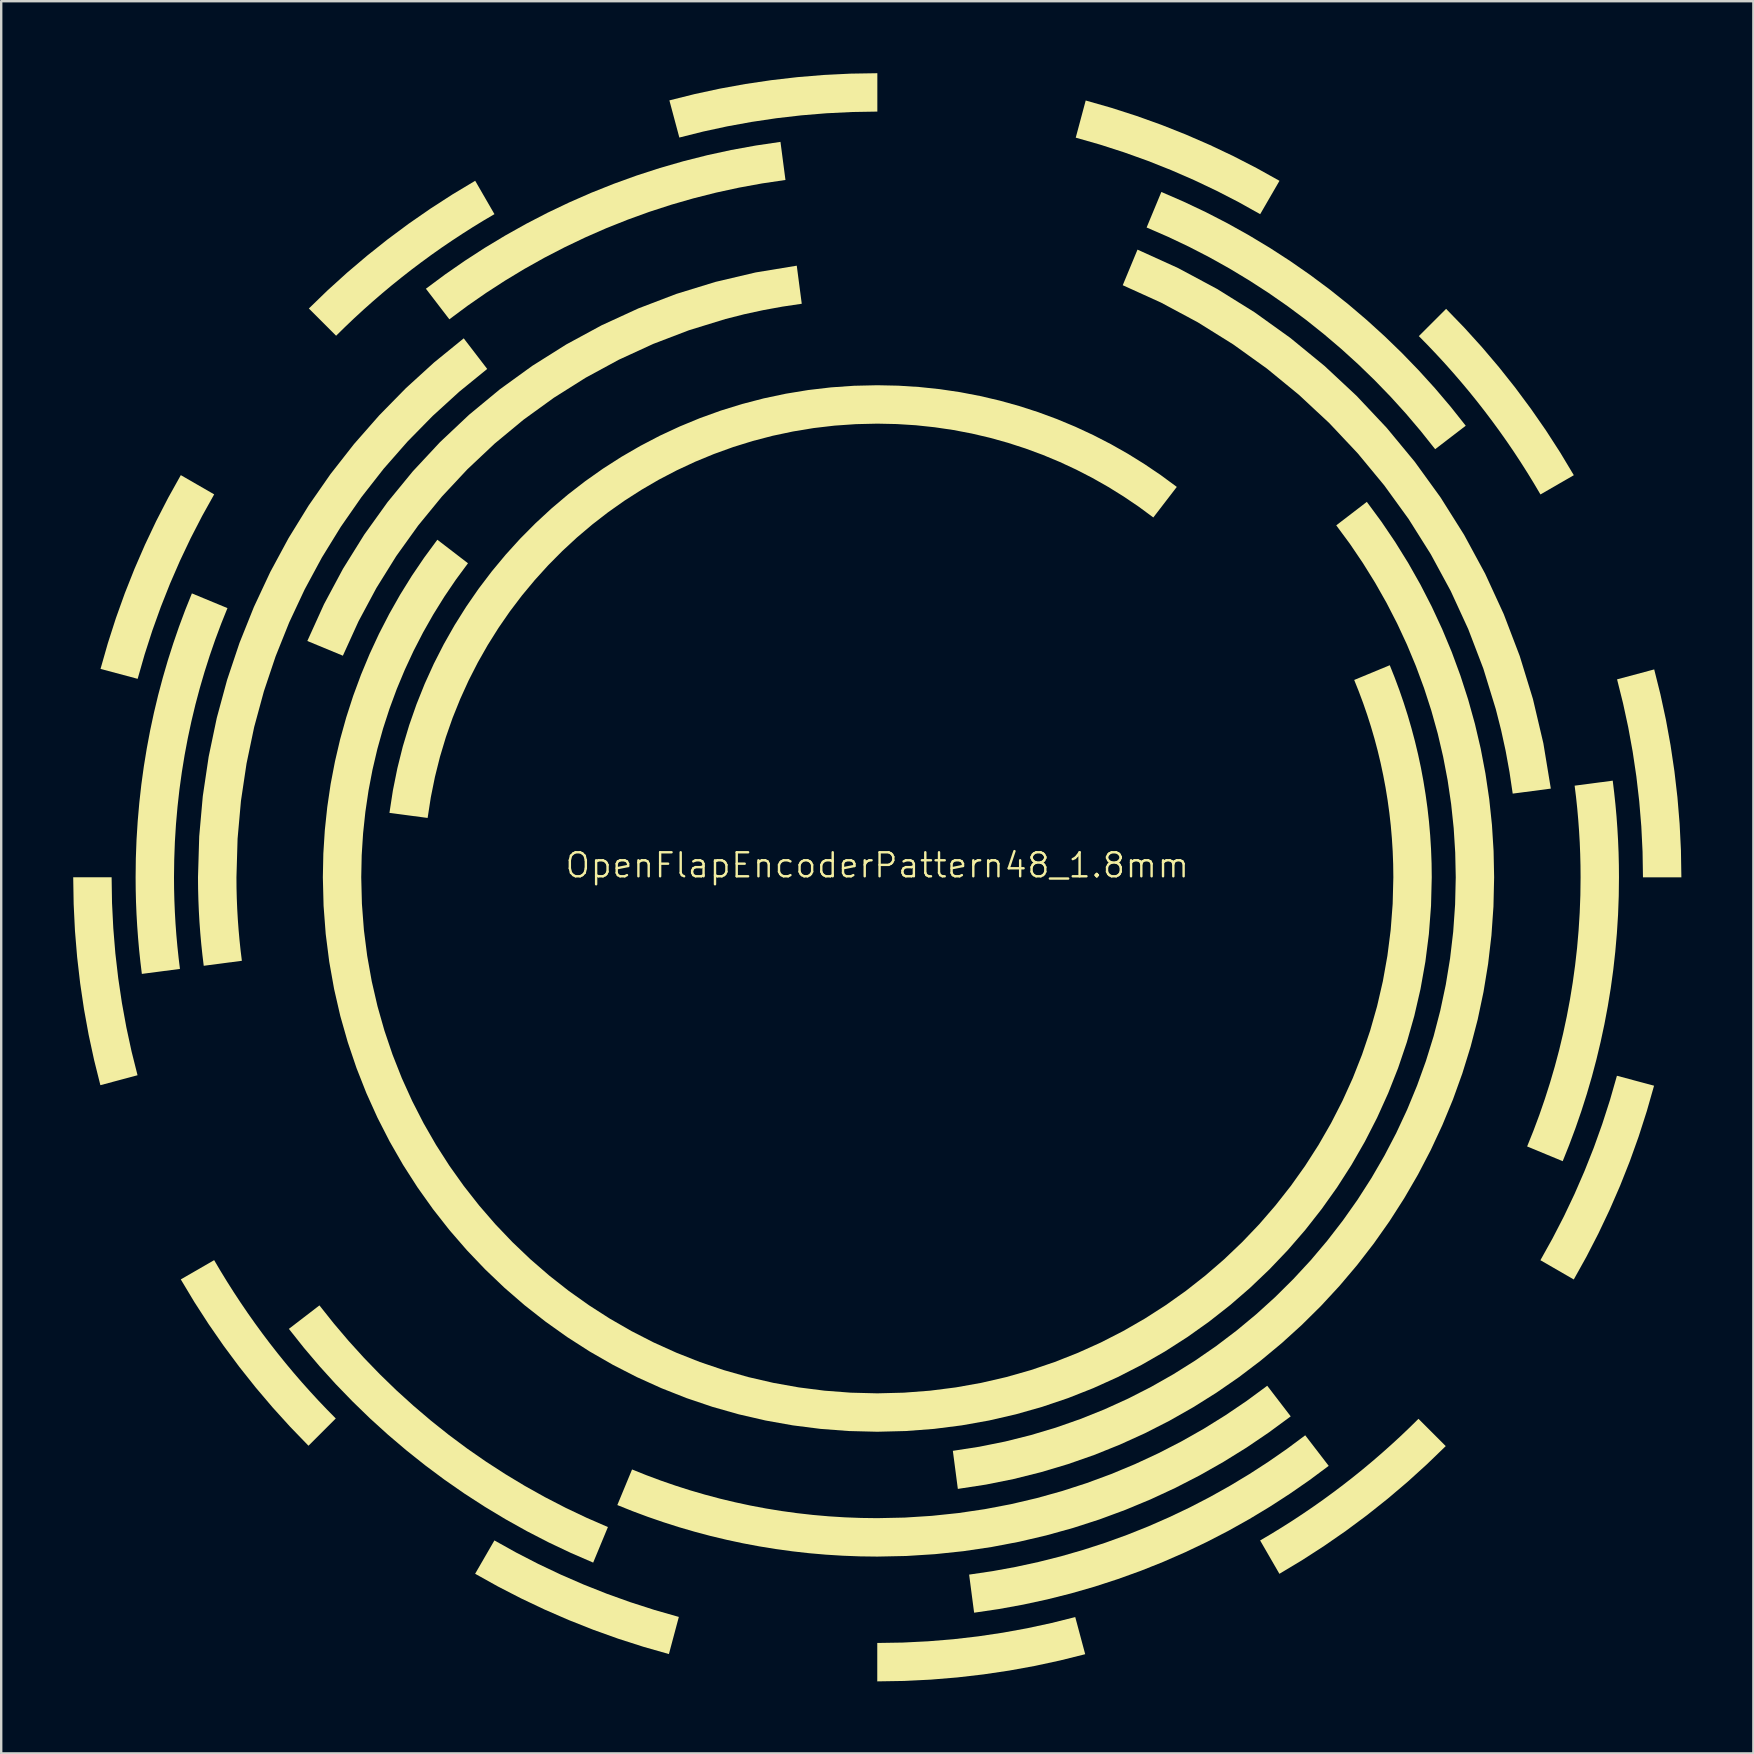
<source format=kicad_pcb>
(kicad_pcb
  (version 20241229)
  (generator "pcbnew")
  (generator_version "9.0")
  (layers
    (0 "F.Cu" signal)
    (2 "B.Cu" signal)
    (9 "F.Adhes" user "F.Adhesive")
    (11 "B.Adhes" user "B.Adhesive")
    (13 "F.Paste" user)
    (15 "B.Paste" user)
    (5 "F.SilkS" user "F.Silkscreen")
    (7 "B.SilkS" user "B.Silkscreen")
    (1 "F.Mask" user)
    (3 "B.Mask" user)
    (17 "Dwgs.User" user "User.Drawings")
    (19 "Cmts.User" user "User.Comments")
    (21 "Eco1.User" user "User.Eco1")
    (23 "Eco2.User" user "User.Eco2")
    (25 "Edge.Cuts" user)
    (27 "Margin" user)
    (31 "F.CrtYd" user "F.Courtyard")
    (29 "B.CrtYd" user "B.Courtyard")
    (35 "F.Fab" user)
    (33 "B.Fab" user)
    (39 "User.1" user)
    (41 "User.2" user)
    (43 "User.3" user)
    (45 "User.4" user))
  (footprint "OpenFlapEncoderPattern48_1.8mm"
    (layer "F.Cu")
    (at 33.5 33.5)
    (property "Reference" "OpenFlapEncoderPattern48_1.8mm" (at 0 -0.5 0) (unlocked yes) (layer "F.SilkS") (effects (font (size 1 1) (thickness 0.1))))
    (fp_poly (pts (xy -27.627 -15.953) (xy -28.13 -15.05) (xy -28.605 -14.129) (xy -29.05 -13.191) (xy -29.465 -12.237) (xy -29.849 -11.267) (xy -30.203 -10.282) (xy -30.525 -9.282) (xy -30.815 -8.268) (xy -32.362 -8.682) (xy -32.058 -9.748) (xy -31.721 -10.798) (xy -31.35 -11.833) (xy -30.946 -12.852) (xy -30.51 -13.855) (xy -30.043 -14.84) (xy -29.545 -15.807) (xy -29.017 -16.755)) (stroke (width -0.000001) (type solid)) (fill yes) (layer "F.SilkS"))
    (fp_poly (pts (xy -15.049 28.131) (xy -14.129 28.605) (xy -13.191 29.05) (xy -12.237 29.465) (xy -11.267 29.85) (xy -10.281 30.203) (xy -9.282 30.525) (xy -8.268 30.815) (xy -8.682 32.362) (xy -9.747 32.058) (xy -10.798 31.721) (xy -11.833 31.35) (xy -12.852 30.946) (xy -13.855 30.51) (xy -14.84 30.043) (xy -15.807 29.545) (xy -16.755 29.017) (xy -15.952 27.628)) (stroke (width -0.000001) (type solid)) (fill yes) (layer "F.SilkS"))
    (fp_poly (pts (xy 9.748 -32.059) (xy 10.798 -31.721) (xy 11.834 -31.35) (xy 12.853 -30.946) (xy 13.855 -30.51) (xy 14.84 -30.043) (xy 15.807 -29.545) (xy 16.756 -29.017) (xy 15.952 -27.627) (xy 15.05 -28.131) (xy 14.129 -28.605) (xy 13.191 -29.05) (xy 12.237 -29.465) (xy 11.267 -29.85) (xy 10.282 -30.203) (xy 9.282 -30.525) (xy 8.268 -30.815) (xy 8.683 -32.363)) (stroke (width -0.000001) (type solid)) (fill yes) (layer "F.SilkS"))
    (fp_poly (pts (xy 32.362 8.683) (xy 32.058 9.748) (xy 31.721 10.799) (xy 31.35 11.834) (xy 30.946 12.853) (xy 30.51 13.855) (xy 30.043 14.84) (xy 29.545 15.807) (xy 29.017 16.756) (xy 27.627 15.953) (xy 28.13 15.05) (xy 28.605 14.129) (xy 29.05 13.192) (xy 29.465 12.238) (xy 29.85 11.268) (xy 30.203 10.282) (xy 30.525 9.282) (xy 30.815 8.269)) (stroke (width -0.000001) (type solid)) (fill yes) (layer "F.SilkS"))
    (fp_poly (pts (xy -31.9 -0.001) (xy -31.9 -0.000154) (xy -31.883 1.065) (xy -31.83 2.122) (xy -31.744 3.169) (xy -31.624 4.206) (xy -31.471 5.234) (xy -31.286 6.25) (xy -31.069 7.255) (xy -30.82 8.247) (xy -32.368 8.661) (xy -32.628 7.619) (xy -32.856 6.564) (xy -33.05 5.497) (xy -33.21 4.418) (xy -33.336 3.328) (xy -33.427 2.229) (xy -33.481 1.119) (xy -33.5 -0.000154) (xy -33.5 -0.001)) (stroke (width -0.000001) (type solid)) (fill yes) (layer "F.SilkS"))
    (fp_poly (pts (xy 0.002 -31.901) (xy -0.000041 -31.901) (xy -1.065 -31.883) (xy -2.122 -31.831) (xy -3.169 -31.744) (xy -4.206 -31.624) (xy -5.233 -31.471) (xy -6.25 -31.286) (xy -7.254 -31.069) (xy -8.247 -30.82) (xy -8.662 -32.368) (xy -7.619 -32.628) (xy -6.564 -32.856) (xy -5.497 -33.05) (xy -4.418 -33.21) (xy -3.329 -33.336) (xy -2.229 -33.427) (xy -1.119 -33.482) (xy -0.000041 -33.5) (xy 0.002 -33.5)) (stroke (width -0.000001) (type solid)) (fill yes) (layer "F.SilkS"))
    (fp_poly (pts (xy 8.662 32.368) (xy 7.619 32.628) (xy 6.564 32.856) (xy 5.497 33.05) (xy 4.418 33.21) (xy 3.329 33.336) (xy 2.229 33.427) (xy 1.119 33.482) (xy -0.000041 33.5) (xy -0.001 33.5) (xy -0.001 31.9) (xy -0.000041 31.9) (xy 1.065 31.883) (xy 2.122 31.83) (xy 3.169 31.744) (xy 4.206 31.624) (xy 5.233 31.471) (xy 6.249 31.286) (xy 7.254 31.069) (xy 8.247 30.821)) (stroke (width -0.000001) (type solid)) (fill yes) (layer "F.SilkS"))
    (fp_poly (pts (xy 32.628 -7.619) (xy 32.856 -6.564) (xy 33.05 -5.496) (xy 33.21 -4.418) (xy 33.336 -3.329) (xy 33.427 -2.229) (xy 33.482 -1.119) (xy 33.5 -0.000154) (xy 33.5 0.002) (xy 31.9 0.001) (xy 31.9 -0.000154) (xy 31.883 -1.065) (xy 31.831 -2.122) (xy 31.744 -3.169) (xy 31.624 -4.207) (xy 31.471 -5.234) (xy 31.286 -6.25) (xy 31.069 -7.254) (xy 30.821 -8.247) (xy 32.368 -8.661)) (stroke (width -0.000001) (type solid)) (fill yes) (layer "F.SilkS"))
    (fp_poly (pts (xy -27.362 16.402) (xy -27.089 16.848) (xy -26.809 17.289) (xy -26.522 17.725) (xy -26.228 18.157) (xy -25.927 18.583) (xy -25.62 19.004) (xy -25.306 19.42) (xy -24.985 19.83) (xy -24.658 20.235) (xy -24.324 20.635) (xy -23.984 21.029) (xy -23.637 21.417) (xy -23.285 21.8) (xy -22.926 22.176) (xy -22.561 22.547) (xy -23.698 23.683) (xy -24.458 22.897) (xy -25.192 22.087) (xy -25.899 21.254) (xy -26.58 20.397) (xy -27.233 19.518) (xy -27.857 18.617) (xy -28.453 17.695) (xy -29.018 16.753) (xy -27.628 15.951)) (stroke (width -0.000001) (type solid)) (fill yes) (layer "F.SilkS"))
    (fp_poly (pts (xy -15.95 -27.628) (xy -16.401 -27.363) (xy -16.847 -27.09) (xy -17.288 -26.809) (xy -17.724 -26.522) (xy -18.156 -26.229) (xy -18.582 -25.928) (xy -19.003 -25.62) (xy -19.419 -25.306) (xy -19.829 -24.985) (xy -20.235 -24.658) (xy -20.634 -24.324) (xy -21.028 -23.984) (xy -21.417 -23.638) (xy -21.799 -23.286) (xy -22.176 -22.927) (xy -22.547 -22.562) (xy -23.682 -23.698) (xy -22.897 -24.458) (xy -22.087 -25.192) (xy -21.253 -25.899) (xy -20.397 -26.58) (xy -19.518 -27.233) (xy -18.617 -27.857) (xy -17.695 -28.453) (xy -16.753 -29.019)) (stroke (width -0.000001) (type solid)) (fill yes) (layer "F.SilkS"))
    (fp_poly (pts (xy 23.683 23.698) (xy 22.897 24.457) (xy 22.087 25.192) (xy 21.254 25.899) (xy 20.397 26.58) (xy 19.518 27.233) (xy 18.617 27.857) (xy 17.695 28.453) (xy 16.753 29.019) (xy 15.95 27.629) (xy 16.401 27.363) (xy 16.847 27.09) (xy 17.288 26.81) (xy 17.725 26.522) (xy 18.156 26.228) (xy 18.582 25.928) (xy 19.003 25.62) (xy 19.419 25.306) (xy 19.83 24.985) (xy 20.235 24.658) (xy 20.634 24.324) (xy 21.028 23.984) (xy 21.417 23.637) (xy 21.8 23.285) (xy 22.176 22.926) (xy 22.547 22.561)) (stroke (width -0.000001) (type solid)) (fill yes) (layer "F.SilkS"))
    (fp_poly (pts (xy 24.458 -22.897) (xy 25.192 -22.087) (xy 25.9 -21.253) (xy 26.58 -20.397) (xy 27.233 -19.517) (xy 27.858 -18.617) (xy 28.453 -17.695) (xy 29.019 -16.752) (xy 27.629 -15.95) (xy 27.363 -16.401) (xy 27.09 -16.847) (xy 26.81 -17.288) (xy 26.523 -17.725) (xy 26.229 -18.156) (xy 25.928 -18.582) (xy 25.62 -19.003) (xy 25.306 -19.419) (xy 24.985 -19.83) (xy 24.658 -20.235) (xy 24.324 -20.634) (xy 23.984 -21.028) (xy 23.638 -21.417) (xy 23.285 -21.799) (xy 22.927 -22.176) (xy 22.562 -22.547) (xy 23.698 -23.682)) (stroke (width -0.000001) (type solid)) (fill yes) (layer "F.SilkS"))
    (fp_poly (pts (xy -22.647 18.584) (xy -22.029 19.312) (xy -21.388 20.019) (xy -20.725 20.705) (xy -20.039 21.37) (xy -19.332 22.011) (xy -18.605 22.63) (xy -17.858 23.226) (xy -17.091 23.797) (xy -16.305 24.343) (xy -15.5 24.864) (xy -14.678 25.36) (xy -13.839 25.828) (xy -12.983 26.27) (xy -12.111 26.684) (xy -11.223 27.071) (xy -11.837 28.552) (xy -12.774 28.145) (xy -13.694 27.709) (xy -14.597 27.243) (xy -15.483 26.748) (xy -16.35 26.226) (xy -17.199 25.677) (xy -18.028 25.101) (xy -18.837 24.498) (xy -19.625 23.87) (xy -20.392 23.218) (xy -21.138 22.541) (xy -21.86 21.84) (xy -22.56 21.117) (xy -23.236 20.371) (xy -23.888 19.603) (xy -24.515 18.814) (xy -23.242 17.836)) (stroke (width -0.000001) (type solid)) (fill yes) (layer "F.SilkS"))
    (fp_poly (pts (xy -3.826 -29.052) (xy -4.8 -28.908) (xy -5.764 -28.732) (xy -6.717 -28.525) (xy -7.658 -28.287) (xy -8.586 -28.02) (xy -9.502 -27.723) (xy -10.404 -27.396) (xy -11.292 -27.042) (xy -12.166 -26.659) (xy -13.025 -26.249) (xy -13.868 -25.813) (xy -14.695 -25.35) (xy -15.505 -24.861) (xy -16.297 -24.348) (xy -17.072 -23.81) (xy -17.829 -23.247) (xy -18.806 -24.521) (xy -18.008 -25.114) (xy -17.191 -25.681) (xy -16.355 -26.223) (xy -15.501 -26.737) (xy -14.629 -27.225) (xy -13.739 -27.686) (xy -12.834 -28.117) (xy -11.912 -28.521) (xy -10.975 -28.894) (xy -10.023 -29.238) (xy -9.057 -29.551) (xy -8.078 -29.833) (xy -7.085 -30.084) (xy -6.08 -30.302) (xy -5.063 -30.487) (xy -4.034 -30.639)) (stroke (width -0.000001) (type solid)) (fill yes) (layer "F.SilkS"))
    (fp_poly (pts (xy 12.772 -28.145) (xy 13.692 -27.709) (xy 14.596 -27.243) (xy 15.481 -26.749) (xy 16.349 -26.227) (xy 17.198 -25.677) (xy 18.027 -25.101) (xy 18.836 -24.499) (xy 19.625 -23.871) (xy 20.392 -23.218) (xy 21.137 -22.541) (xy 21.86 -21.841) (xy 22.56 -21.117) (xy 23.237 -20.371) (xy 23.889 -19.603) (xy 24.516 -18.813) (xy 23.242 -17.836) (xy 22.647 -18.584) (xy 22.029 -19.313) (xy 21.388 -20.02) (xy 20.724 -20.706) (xy 20.039 -21.37) (xy 19.332 -22.012) (xy 18.605 -22.631) (xy 17.857 -23.227) (xy 17.09 -23.798) (xy 16.304 -24.344) (xy 15.499 -24.865) (xy 14.677 -25.361) (xy 13.838 -25.83) (xy 12.982 -26.272) (xy 12.109 -26.686) (xy 11.221 -27.072) (xy 11.835 -28.552)) (stroke (width -0.000001) (type solid)) (fill yes) (layer "F.SilkS"))
    (fp_poly (pts (xy 18.807 24.521) (xy 18.009 25.114) (xy 17.191 25.681) (xy 16.355 26.223) (xy 15.501 26.738) (xy 14.629 27.226) (xy 13.74 27.686) (xy 12.834 28.118) (xy 11.912 28.521) (xy 10.975 28.895) (xy 10.024 29.238) (xy 9.058 29.552) (xy 8.078 29.834) (xy 7.085 30.084) (xy 6.08 30.302) (xy 5.063 30.487) (xy 4.034 30.639) (xy 3.826 29.052) (xy 4.8 28.908) (xy 5.764 28.732) (xy 6.717 28.525) (xy 7.658 28.288) (xy 8.586 28.02) (xy 9.502 27.723) (xy 10.404 27.397) (xy 11.293 27.042) (xy 12.166 26.659) (xy 13.025 26.25) (xy 13.868 25.813) (xy 14.695 25.35) (xy 15.505 24.862) (xy 16.298 24.348) (xy 17.073 23.81) (xy 17.829 23.248)) (stroke (width -0.000001) (type solid)) (fill yes) (layer "F.SilkS"))
    (fp_poly (pts (xy -3.147 -23.895) (xy -3.954 -23.775) (xy -4.753 -23.629) (xy -5.542 -23.458) (xy -6.322 -23.26) (xy -7.849 -22.79) (xy -9.332 -22.223) (xy -10.766 -21.564) (xy -12.147 -20.815) (xy -13.473 -19.98) (xy -14.739 -19.064) (xy -15.941 -18.069) (xy -17.076 -17) (xy -18.14 -15.861) (xy -19.129 -14.654) (xy -20.04 -13.384) (xy -20.868 -12.054) (xy -21.611 -10.669) (xy -22.265 -9.232) (xy -23.746 -9.845) (xy -23.05 -11.379) (xy -22.258 -12.857) (xy -21.375 -14.275) (xy -20.404 -15.629) (xy -19.349 -16.916) (xy -18.215 -18.132) (xy -17.005 -19.272) (xy -15.723 -20.332) (xy -14.373 -21.309) (xy -12.959 -22.199) (xy -11.486 -22.997) (xy -9.956 -23.7) (xy -8.374 -24.304) (xy -6.744 -24.805) (xy -5.07 -25.199) (xy -3.355 -25.481)) (stroke (width -0.000001) (type solid)) (fill yes) (layer "F.SilkS"))
    (fp_poly (pts (xy 12.53 -25.383) (xy 14.158 -24.511) (xy 15.719 -23.539) (xy 17.211 -22.469) (xy 18.628 -21.308) (xy 19.967 -20.059) (xy 21.222 -18.726) (xy 22.39 -17.314) (xy 23.466 -15.828) (xy 24.446 -14.271) (xy 25.325 -12.648) (xy 26.1 -10.963) (xy 26.765 -9.221) (xy 27.316 -7.427) (xy 27.75 -5.583) (xy 28.061 -3.695) (xy 26.473 -3.486) (xy 26.34 -4.381) (xy 26.179 -5.266) (xy 25.988 -6.14) (xy 25.769 -7.004) (xy 25.249 -8.696) (xy 24.621 -10.339) (xy 23.89 -11.928) (xy 23.06 -13.459) (xy 22.136 -14.927) (xy 21.12 -16.329) (xy 20.018 -17.661) (xy 18.834 -18.919) (xy 17.571 -20.097) (xy 16.234 -21.193) (xy 14.827 -22.202) (xy 13.354 -23.121) (xy 11.819 -23.944) (xy 10.226 -24.667) (xy 10.841 -26.15)) (stroke (width -0.000001) (type solid)) (fill yes) (layer "F.SilkS"))
    (fp_poly (pts (xy -27.074 -11.214) (xy -27.336 -10.562) (xy -27.582 -9.903) (xy -27.812 -9.237) (xy -28.027 -8.563) (xy -28.226 -7.882) (xy -28.409 -7.195) (xy -28.575 -6.501) (xy -28.725 -5.801) (xy -28.858 -5.095) (xy -28.974 -4.383) (xy -29.073 -3.665) (xy -29.154 -2.942) (xy -29.218 -2.214) (xy -29.264 -1.481) (xy -29.291 -0.743) (xy -29.301 -0.000154) (xy -29.297 0.484) (xy -29.285 0.966) (xy -29.265 1.447) (xy -29.238 1.925) (xy -29.203 2.401) (xy -29.16 2.875) (xy -29.11 3.347) (xy -29.053 3.817) (xy -30.64 4.025) (xy -30.7 3.53) (xy -30.753 3.032) (xy -30.797 2.532) (xy -30.834 2.03) (xy -30.863 1.526) (xy -30.884 1.019) (xy -30.896 0.511) (xy -30.9 -0.000154) (xy -30.891 -0.784) (xy -30.862 -1.562) (xy -30.813 -2.336) (xy -30.746 -3.104) (xy -30.661 -3.866) (xy -30.557 -4.623) (xy -30.434 -5.374) (xy -30.294 -6.119) (xy -30.136 -6.858) (xy -29.961 -7.589) (xy -29.768 -8.314) (xy -29.559 -9.032) (xy -29.332 -9.743) (xy -29.09 -10.446) (xy -28.831 -11.141) (xy -28.555 -11.828)) (stroke (width -0.000001) (type solid)) (fill yes) (layer "F.SilkS"))
    (fp_poly (pts (xy -16.252 -21.179) (xy -17.416 -20.231) (xy -18.524 -19.221) (xy -19.574 -18.151) (xy -20.564 -17.023) (xy -21.489 -15.841) (xy -22.348 -14.607) (xy -23.139 -13.323) (xy -23.857 -11.993) (xy -24.501 -10.619) (xy -25.068 -9.204) (xy -25.555 -7.751) (xy -25.96 -6.262) (xy -26.279 -4.739) (xy -26.511 -3.186) (xy -26.652 -1.606) (xy -26.699 -0.000154) (xy -26.696 0.441) (xy -26.685 0.88) (xy -26.667 1.318) (xy -26.642 1.754) (xy -26.61 2.188) (xy -26.571 2.62) (xy -26.526 3.05) (xy -26.473 3.478) (xy -28.062 3.687) (xy -28.117 3.233) (xy -28.165 2.777) (xy -28.206 2.32) (xy -28.24 1.859) (xy -28.266 1.397) (xy -28.285 0.933) (xy -28.297 0.468) (xy -28.301 -0.000154) (xy -28.25 -1.703) (xy -28.101 -3.38) (xy -27.856 -5.027) (xy -27.518 -6.641) (xy -27.089 -8.221) (xy -26.573 -9.762) (xy -25.972 -11.262) (xy -25.29 -12.719) (xy -24.529 -14.129) (xy -23.691 -15.489) (xy -22.781 -16.797) (xy -21.8 -18.05) (xy -20.751 -19.245) (xy -19.639 -20.379) (xy -18.464 -21.45) (xy -17.23 -22.454)) (stroke (width -0.000001) (type solid)) (fill yes) (layer "F.SilkS"))
    (fp_poly (pts (xy 30.7 -3.53) (xy 30.753 -3.033) (xy 30.798 -2.533) (xy 30.834 -2.031) (xy 30.863 -1.526) (xy 30.884 -1.02) (xy 30.896 -0.511) (xy 30.9 -0.000154) (xy 30.891 0.783) (xy 30.862 1.562) (xy 30.813 2.335) (xy 30.746 3.103) (xy 30.661 3.866) (xy 30.557 4.623) (xy 30.434 5.374) (xy 30.294 6.119) (xy 30.136 6.857) (xy 29.961 7.589) (xy 29.769 8.314) (xy 29.559 9.032) (xy 29.333 9.742) (xy 29.09 10.445) (xy 28.831 11.14) (xy 28.556 11.828) (xy 27.074 11.214) (xy 27.336 10.562) (xy 27.582 9.903) (xy 27.812 9.237) (xy 28.027 8.563) (xy 28.226 7.882) (xy 28.409 7.195) (xy 28.575 6.501) (xy 28.725 5.801) (xy 28.858 5.095) (xy 28.974 4.383) (xy 29.073 3.665) (xy 29.155 2.942) (xy 29.218 2.214) (xy 29.264 1.48) (xy 29.292 0.742) (xy 29.301 -0.000154) (xy 29.297 -0.484) (xy 29.285 -0.967) (xy 29.266 -1.447) (xy 29.238 -1.925) (xy 29.203 -2.401) (xy 29.161 -2.875) (xy 29.111 -3.347) (xy 29.053 -3.817) (xy 30.64 -4.026)) (stroke (width -0.000001) (type solid)) (fill yes) (layer "F.SilkS"))
    (fp_poly (pts (xy 17.224 22.459) (xy 16.315 23.128) (xy 15.38 23.762) (xy 14.418 24.358) (xy 13.432 24.917) (xy 12.421 25.437) (xy 11.387 25.917) (xy 10.331 26.356) (xy 9.254 26.754) (xy 8.157 27.108) (xy 7.041 27.418) (xy 5.906 27.684) (xy 4.755 27.903) (xy 3.588 28.076) (xy 2.406 28.2) (xy 1.209 28.276) (xy -0.000041 28.301) (xy -0.717 28.292) (xy -1.43 28.265) (xy -2.139 28.221) (xy -2.842 28.16) (xy -3.541 28.081) (xy -4.234 27.986) (xy -4.922 27.874) (xy -5.604 27.746) (xy -6.28 27.601) (xy -6.95 27.441) (xy -7.614 27.264) (xy -8.271 27.073) (xy -8.922 26.865) (xy -9.566 26.643) (xy -10.202 26.406) (xy -10.831 26.154) (xy -10.217 24.671) (xy -9.623 24.909) (xy -9.023 25.133) (xy -8.415 25.343) (xy -7.802 25.539) (xy -7.181 25.72) (xy -6.555 25.887) (xy -5.923 26.038) (xy -5.285 26.175) (xy -4.642 26.296) (xy -3.993 26.402) (xy -3.339 26.492) (xy -2.68 26.566) (xy -2.017 26.624) (xy -1.349 26.666) (xy -0.677 26.691) (xy -0.000041 26.7) (xy 1.14 26.676) (xy 2.268 26.604) (xy 3.383 26.487) (xy 4.484 26.324) (xy 5.57 26.117) (xy 6.639 25.866) (xy 7.692 25.573) (xy 8.727 25.238) (xy 9.743 24.863) (xy 10.739 24.448) (xy 11.714 23.995) (xy 12.668 23.504) (xy 13.599 22.977) (xy 14.506 22.413) (xy 15.389 21.815) (xy 16.246 21.184)) (stroke (width -0.000001) (type solid)) (fill yes) (layer "F.SilkS"))
    (fp_poly (pts (xy 0.876 -20.482) (xy 1.743 -20.427) (xy 2.6 -20.337) (xy 3.446 -20.212) (xy 4.28 -20.052) (xy 5.101 -19.86) (xy 5.91 -19.635) (xy 6.705 -19.378) (xy 7.485 -19.09) (xy 8.25 -18.771) (xy 8.999 -18.423) (xy 9.731 -18.046) (xy 10.446 -17.641) (xy 11.142 -17.208) (xy 11.82 -16.749) (xy 12.478 -16.264) (xy 11.5 -14.991) (xy 10.893 -15.439) (xy 10.268 -15.862) (xy 9.626 -16.261) (xy 8.967 -16.635) (xy 8.292 -16.983) (xy 7.602 -17.304) (xy 6.897 -17.598) (xy 6.177 -17.864) (xy 5.445 -18.101) (xy 4.7 -18.309) (xy 3.943 -18.487) (xy 3.174 -18.634) (xy 2.395 -18.749) (xy 1.606 -18.833) (xy 0.807 -18.883) (xy -0.000041 -18.9) (xy -0.894 -18.879) (xy -1.778 -18.818) (xy -2.65 -18.716) (xy -3.51 -18.574) (xy -4.356 -18.395) (xy -5.187 -18.178) (xy -6.004 -17.925) (xy -6.804 -17.636) (xy -7.587 -17.313) (xy -8.352 -16.956) (xy -9.098 -16.567) (xy -9.823 -16.145) (xy -10.529 -15.693) (xy -11.212 -15.211) (xy -11.872 -14.7) (xy -12.509 -14.161) (xy -13.122 -13.594) (xy -13.709 -13.002) (xy -14.269 -12.384) (xy -14.803 -11.742) (xy -15.308 -11.076) (xy -15.783 -10.388) (xy -16.229 -9.678) (xy -16.644 -8.948) (xy -17.027 -8.198) (xy -17.376 -7.429) (xy -17.693 -6.642) (xy -17.974 -5.839) (xy -18.22 -5.019) (xy -18.429 -4.184) (xy -18.601 -3.335) (xy -18.734 -2.473) (xy -20.325 -2.683) (xy -20.181 -3.619) (xy -19.995 -4.541) (xy -19.769 -5.447) (xy -19.502 -6.337) (xy -19.197 -7.209) (xy -18.855 -8.062) (xy -18.476 -8.897) (xy -18.061 -9.71) (xy -17.611 -10.503) (xy -17.128 -11.272) (xy -16.612 -12.019) (xy -16.064 -12.741) (xy -15.486 -13.437) (xy -14.878 -14.107) (xy -14.241 -14.749) (xy -13.577 -15.363) (xy -12.886 -15.948) (xy -12.169 -16.502) (xy -11.428 -17.025) (xy -10.663 -17.515) (xy -9.875 -17.971) (xy -9.066 -18.394) (xy -8.236 -18.78) (xy -7.386 -19.131) (xy -6.518 -19.444) (xy -5.632 -19.718) (xy -4.729 -19.953) (xy -3.811 -20.147) (xy -2.878 -20.3) (xy -1.931 -20.411) (xy -0.971 -20.478) (xy -0.000041 -20.5)) (stroke (width -0.000001) (type solid)) (fill yes) (layer "F.SilkS"))
    (fp_poly (pts (xy 21.003 -14.816) (xy 21.578 -13.966) (xy 22.12 -13.093) (xy 22.627 -12.197) (xy 23.099 -11.279) (xy 23.535 -10.34) (xy 23.934 -9.382) (xy 24.294 -8.404) (xy 24.616 -7.407) (xy 24.898 -6.394) (xy 25.139 -5.364) (xy 25.338 -4.318) (xy 25.495 -3.258) (xy 25.608 -2.185) (xy 25.676 -1.098) (xy 25.699 -0.000154) (xy 25.671 1.218) (xy 25.587 2.421) (xy 25.448 3.608) (xy 25.256 4.778) (xy 25.013 5.929) (xy 24.718 7.061) (xy 24.374 8.172) (xy 23.982 9.261) (xy 23.542 10.326) (xy 23.057 11.367) (xy 22.528 12.382) (xy 21.955 13.369) (xy 21.34 14.329) (xy 20.685 15.258) (xy 19.99 16.157) (xy 19.257 17.023) (xy 18.487 17.856) (xy 17.681 18.654) (xy 16.841 19.416) (xy 15.968 20.141) (xy 15.063 20.828) (xy 14.127 21.474) (xy 13.161 22.08) (xy 12.168 22.644) (xy 11.147 23.164) (xy 10.101 23.639) (xy 9.031 24.069) (xy 7.937 24.451) (xy 6.821 24.784) (xy 5.685 25.068) (xy 4.53 25.301) (xy 3.356 25.481) (xy 3.148 23.895) (xy 4.247 23.725) (xy 5.33 23.507) (xy 6.395 23.24) (xy 7.441 22.927) (xy 8.466 22.568) (xy 9.47 22.165) (xy 10.45 21.719) (xy 11.407 21.231) (xy 12.339 20.702) (xy 13.244 20.134) (xy 14.122 19.527) (xy 14.971 18.883) (xy 15.79 18.203) (xy 16.578 17.488) (xy 17.333 16.739) (xy 18.056 15.958) (xy 18.743 15.145) (xy 19.395 14.302) (xy 20.01 13.431) (xy 20.587 12.531) (xy 21.124 11.605) (xy 21.621 10.654) (xy 22.076 9.678) (xy 22.488 8.679) (xy 22.856 7.658) (xy 23.179 6.617) (xy 23.455 5.556) (xy 23.684 4.477) (xy 23.864 3.38) (xy 23.994 2.268) (xy 24.073 1.141) (xy 24.1 -0.000154) (xy 24.078 -1.029) (xy 24.014 -2.047) (xy 23.908 -3.054) (xy 23.761 -4.047) (xy 23.574 -5.027) (xy 23.348 -5.993) (xy 23.083 -6.943) (xy 22.781 -7.877) (xy 22.442 -8.794) (xy 22.068 -9.693) (xy 21.659 -10.573) (xy 21.216 -11.434) (xy 20.74 -12.274) (xy 20.231 -13.093) (xy 19.692 -13.89) (xy 19.121 -14.663) (xy 20.395 -15.641)) (stroke (width -0.000001) (type solid)) (fill yes) (layer "F.SilkS"))
    (fp_poly (pts (xy -17.053 -13.083) (xy -17.562 -12.393) (xy -18.044 -11.682) (xy -18.498 -10.951) (xy -18.923 -10.202) (xy -19.319 -9.434) (xy -19.684 -8.648) (xy -20.019 -7.846) (xy -20.321 -7.028) (xy -20.591 -6.195) (xy -20.828 -5.347) (xy -21.03 -4.486) (xy -21.197 -3.611) (xy -21.328 -2.725) (xy -21.423 -1.827) (xy -21.481 -0.918) (xy -21.5 -0.000154) (xy -21.472 1.106) (xy -21.389 2.197) (xy -21.252 3.273) (xy -21.063 4.331) (xy -20.823 5.371) (xy -20.533 6.391) (xy -20.195 7.39) (xy -19.81 8.366) (xy -19.379 9.318) (xy -18.904 10.245) (xy -18.386 11.146) (xy -17.827 12.018) (xy -17.227 12.861) (xy -16.589 13.673) (xy -15.913 14.454) (xy -15.201 15.2) (xy -14.454 15.912) (xy -13.674 16.588) (xy -12.861 17.227) (xy -12.018 17.826) (xy -11.146 18.386) (xy -10.246 18.904) (xy -9.319 19.379) (xy -8.366 19.809) (xy -7.39 20.195) (xy -6.391 20.533) (xy -5.371 20.823) (xy -4.331 21.063) (xy -3.273 21.252) (xy -2.197 21.389) (xy -1.106 21.472) (xy -0.000041 21.5) (xy 1.106 21.472) (xy 2.197 21.389) (xy 3.273 21.252) (xy 4.331 21.063) (xy 5.371 20.823) (xy 6.391 20.533) (xy 7.39 20.195) (xy 8.366 19.809) (xy 9.319 19.379) (xy 10.246 18.904) (xy 11.146 18.386) (xy 12.018 17.826) (xy 12.861 17.227) (xy 13.673 16.588) (xy 14.454 15.912) (xy 15.201 15.2) (xy 15.913 14.454) (xy 16.588 13.673) (xy 17.227 12.861) (xy 17.827 12.018) (xy 18.386 11.146) (xy 18.904 10.245) (xy 19.379 9.318) (xy 19.81 8.366) (xy 20.195 7.39) (xy 20.533 6.391) (xy 20.823 5.371) (xy 21.063 4.331) (xy 21.252 3.273) (xy 21.389 2.197) (xy 21.472 1.106) (xy 21.5 -0.000154) (xy 21.493 -0.544) (xy 21.473 -1.085) (xy 21.439 -1.623) (xy 21.393 -2.157) (xy 21.333 -2.687) (xy 21.261 -3.213) (xy 21.176 -3.735) (xy 21.078 -4.253) (xy 20.969 -4.766) (xy 20.847 -5.275) (xy 20.713 -5.779) (xy 20.567 -6.278) (xy 20.41 -6.771) (xy 20.241 -7.26) (xy 20.06 -7.744) (xy 19.869 -8.221) (xy 21.351 -8.835) (xy 21.556 -8.321) (xy 21.749 -7.802) (xy 21.93 -7.277) (xy 22.099 -6.746) (xy 22.255 -6.21) (xy 22.399 -5.669) (xy 22.53 -5.122) (xy 22.648 -4.571) (xy 22.752 -4.014) (xy 22.843 -3.453) (xy 22.921 -2.888) (xy 22.985 -2.318) (xy 23.035 -1.745) (xy 23.071 -1.167) (xy 23.093 -0.585) (xy 23.1 -0.000154) (xy 23.07 1.189) (xy 22.981 2.363) (xy 22.834 3.519) (xy 22.631 4.657) (xy 22.373 5.775) (xy 22.062 6.871) (xy 21.699 7.945) (xy 21.285 8.994) (xy 20.823 10.017) (xy 20.313 11.013) (xy 19.757 11.981) (xy 19.156 12.918) (xy 18.512 13.823) (xy 17.827 14.696) (xy 17.101 15.534) (xy 16.336 16.336) (xy 15.534 17.101) (xy 14.696 17.827) (xy 13.824 18.512) (xy 12.918 19.156) (xy 11.981 19.757) (xy 11.013 20.313) (xy 10.017 20.823) (xy 8.994 21.285) (xy 7.945 21.699) (xy 6.871 22.062) (xy 5.775 22.373) (xy 4.657 22.631) (xy 3.519 22.834) (xy 2.363 22.981) (xy 1.189 23.07) (xy -0.000041 23.1) (xy -1.189 23.07) (xy -2.363 22.981) (xy -3.519 22.834) (xy -4.657 22.631) (xy -5.775 22.373) (xy -6.871 22.062) (xy -7.945 21.699) (xy -8.994 21.285) (xy -10.017 20.823) (xy -11.013 20.313) (xy -11.981 19.757) (xy -12.918 19.156) (xy -13.823 18.512) (xy -14.696 17.827) (xy -15.534 17.101) (xy -16.336 16.336) (xy -17.101 15.534) (xy -17.827 14.696) (xy -18.512 13.823) (xy -19.156 12.918) (xy -19.757 11.981) (xy -20.313 11.013) (xy -20.823 10.017) (xy -21.285 8.994) (xy -21.698 7.945) (xy -22.061 6.871) (xy -22.373 5.775) (xy -22.63 4.657) (xy -22.833 3.519) (xy -22.98 2.363) (xy -23.069 1.189) (xy -23.099 -0.000154) (xy -23.079 -0.988) (xy -23.017 -1.965) (xy -22.915 -2.93) (xy -22.775 -3.883) (xy -22.595 -4.823) (xy -22.379 -5.749) (xy -22.125 -6.661) (xy -21.836 -7.556) (xy -21.511 -8.436) (xy -21.153 -9.298) (xy -20.761 -10.142) (xy -20.336 -10.967) (xy -19.88 -11.773) (xy -19.393 -12.558) (xy -18.875 -13.321) (xy -18.329 -14.063)) (stroke (width -0.000001) (type solid)) (fill yes) (layer "F.SilkS")))
  (gr_rect
    (start -3 -3)
    (end 70 70)
    (stroke (width 0.1) (type default))
    (fill no)
    (layer "Edge.Cuts")))
</source>
